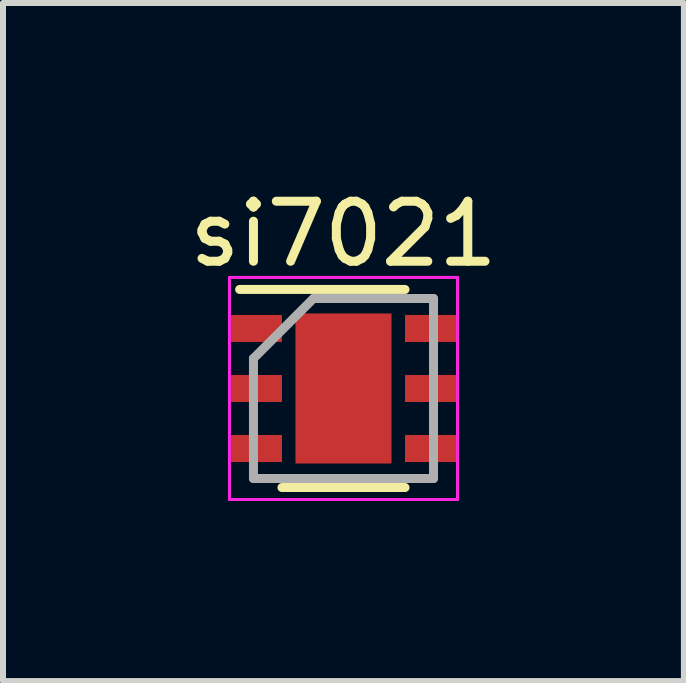
<source format=kicad_pcb>
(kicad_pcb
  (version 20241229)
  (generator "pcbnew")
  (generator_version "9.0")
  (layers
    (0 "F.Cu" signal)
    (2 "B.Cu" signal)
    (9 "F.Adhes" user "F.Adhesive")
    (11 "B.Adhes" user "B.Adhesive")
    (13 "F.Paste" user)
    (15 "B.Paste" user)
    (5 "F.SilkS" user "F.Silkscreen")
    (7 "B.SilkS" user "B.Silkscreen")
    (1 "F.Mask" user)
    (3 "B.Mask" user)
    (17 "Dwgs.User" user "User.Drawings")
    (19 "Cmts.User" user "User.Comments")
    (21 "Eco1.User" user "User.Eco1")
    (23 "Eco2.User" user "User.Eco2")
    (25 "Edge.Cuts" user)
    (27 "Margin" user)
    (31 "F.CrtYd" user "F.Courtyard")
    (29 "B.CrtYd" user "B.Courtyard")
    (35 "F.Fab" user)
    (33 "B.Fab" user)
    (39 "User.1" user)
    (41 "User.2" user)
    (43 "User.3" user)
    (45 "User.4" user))
  (footprint "si7021"
    (layer "F.Cu")
    (at 2.673 3.423)
    (property "Reference" "si7021" (at 0 -2.575 0) (layer "F.SilkS") (effects (font (size 1 1) (thickness 0.15))))
    (attr smd)
    (fp_line (start -1.73 -1.65) (end 1.025 -1.65) (stroke (width 0.15) (type solid)) (layer "F.SilkS"))
    (fp_line (start -1.025 1.65) (end 1.025 1.65) (stroke (width 0.15) (type solid)) (layer "F.SilkS"))
    (fp_line (start -1.9 -1.85) (end -1.9 1.85) (stroke (width 0.05) (type solid)) (layer "F.CrtYd"))
    (fp_line (start -1.9 -1.85) (end 1.9 -1.85) (stroke (width 0.05) (type solid)) (layer "F.CrtYd"))
    (fp_line (start -1.9 1.85) (end 1.9 1.85) (stroke (width 0.05) (type solid)) (layer "F.CrtYd"))
    (fp_line (start 1.9 -1.85) (end 1.9 1.85) (stroke (width 0.05) (type solid)) (layer "F.CrtYd"))
    (fp_line (start -1.5 -0.5) (end -0.5 -1.5) (stroke (width 0.15) (type solid)) (layer "F.Fab"))
    (fp_line (start -1.5 1.5) (end -1.5 -0.5) (stroke (width 0.15) (type solid)) (layer "F.Fab"))
    (fp_line (start -0.5 -1.5) (end 1.5 -1.5) (stroke (width 0.15) (type solid)) (layer "F.Fab"))
    (fp_line (start 1.5 -1.5) (end 1.5 1.5) (stroke (width 0.15) (type solid)) (layer "F.Fab"))
    (fp_line (start 1.5 1.5) (end -1.5 1.5) (stroke (width 0.15) (type solid)) (layer "F.Fab"))
    (pad "1" smd rect (at -1.45 -1) (size 0.85 0.45) (layers "F.Cu" "F.Mask" "F.Paste"))
    (pad "2" smd rect (at -1.45 0) (size 0.85 0.45) (layers "F.Cu" "F.Mask" "F.Paste"))
    (pad "3" smd rect (at -1.45 1) (size 0.85 0.45) (layers "F.Cu" "F.Mask" "F.Paste"))
    (pad "4" smd rect (at 1.45 1) (size 0.85 0.45) (layers "F.Cu" "F.Mask" "F.Paste"))
    (pad "5" smd rect (at 1.45 0) (size 0.85 0.45) (layers "F.Cu" "F.Mask" "F.Paste"))
    (pad "6" smd rect (at 1.45 -1) (size 0.85 0.45) (layers "F.Cu" "F.Mask" "F.Paste"))
    (pad "7" smd rect (at 0 0) (size 1.6 2.5) (layers "F.Cu" "F.Mask" "F.Paste")))
  (gr_rect
    (start -3 -3)
    (end 8.345 8.298)
    (stroke (width 0.1) (type default))
    (fill no)
    (layer "Edge.Cuts")))
</source>
